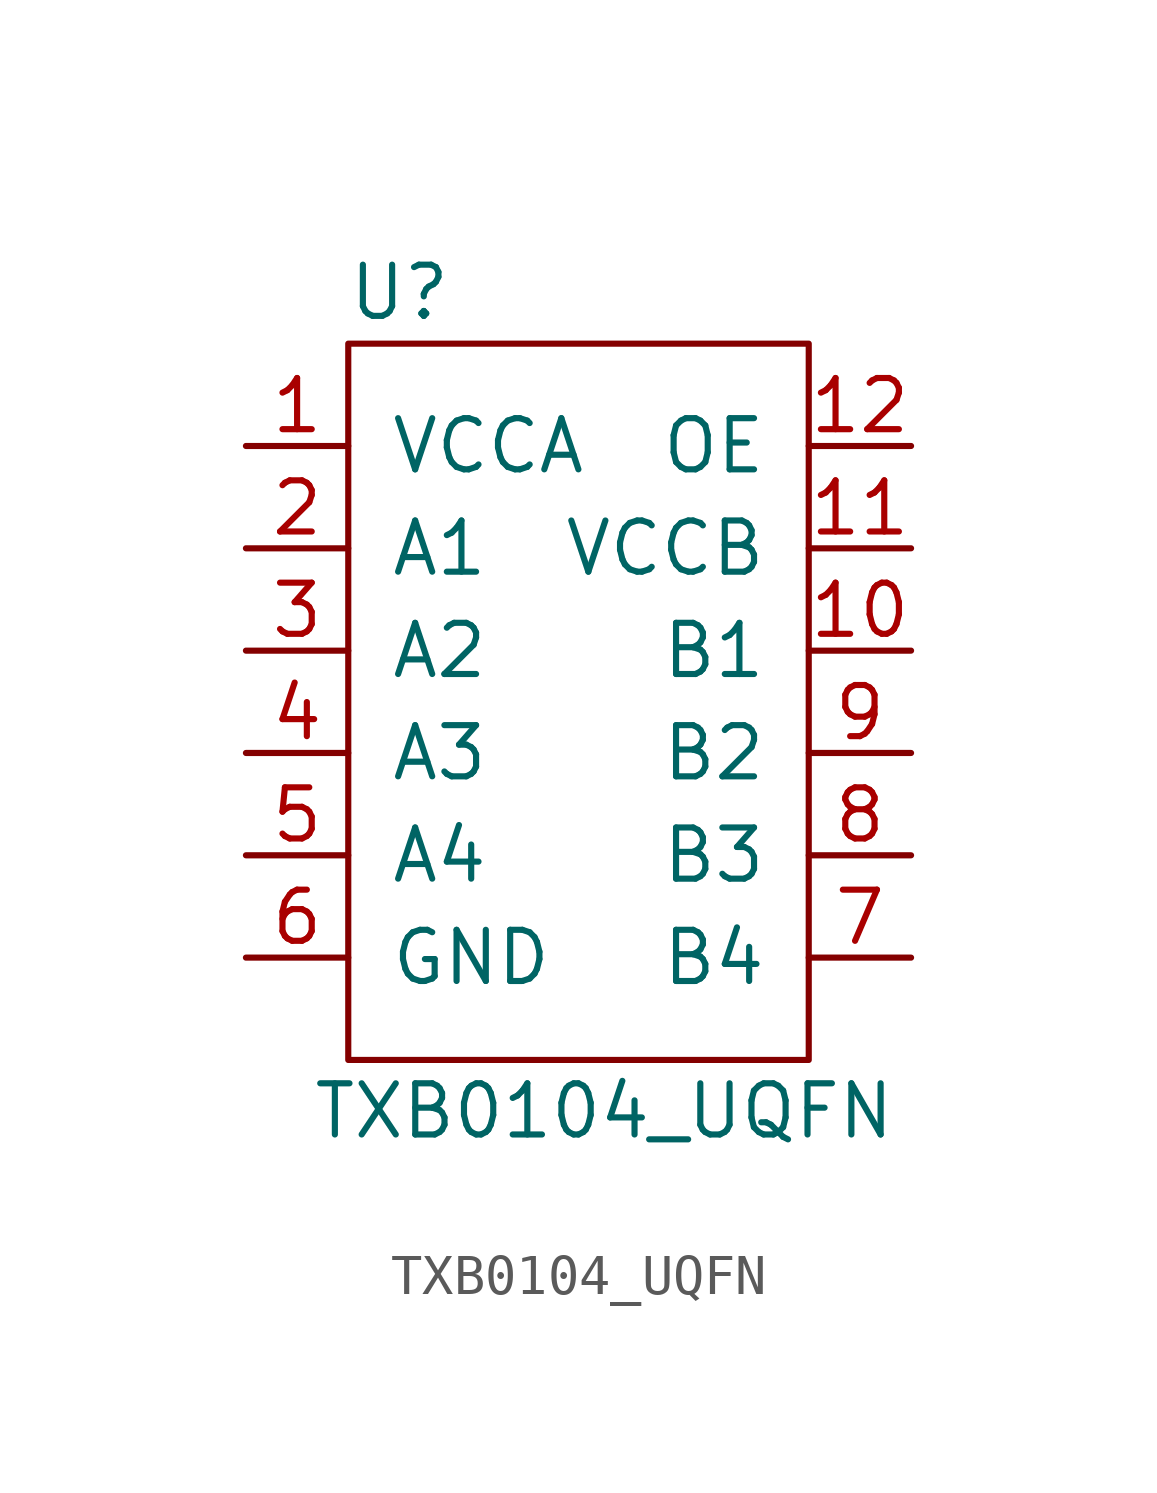
<source format=kicad_sym>
(kicad_symbol_lib
  (version 20211014)
  (generator kicad_symbol_editor)
  (symbol "TXB0104_UQFN"
    (pin_names
      (offset 1.016))
    (property "Reference" "U"
      (at -5.08 15.24 0)
      (effects (font (size 1.27 1.27))))
    (property "Value" "TXB0104_UQFN"
      (at 0 -5.08 0)
      (effects (font (size 1.27 1.27))))
    (symbol "TXB0104_UQFN_0_1"
      (rectangle (start -6.35 13.97) (end 5.08 -3.81) (stroke (width 0) (type default) (color 0 0 0 0)) (fill (type none))))
    (symbol "TXB0104_UQFN_1_1"
      (pin input line (at -8.89 11.43 0) (length 2.54) (name "VCCA" (effects (font (size 1.27 1.27)))) (number "1" (effects (font (size 1.27 1.27)))))
      (pin input line (at 7.62 6.35 180) (length 2.54) (name "B1" (effects (font (size 1.27 1.27)))) (number "10" (effects (font (size 1.27 1.27)))))
      (pin input line (at 7.62 8.89 180) (length 2.54) (name "VCCB" (effects (font (size 1.27 1.27)))) (number "11" (effects (font (size 1.27 1.27)))))
      (pin input line (at 7.62 11.43 180) (length 2.54) (name "OE" (effects (font (size 1.27 1.27)))) (number "12" (effects (font (size 1.27 1.27)))))
      (pin input line (at -8.89 8.89 0) (length 2.54) (name "A1" (effects (font (size 1.27 1.27)))) (number "2" (effects (font (size 1.27 1.27)))))
      (pin input line (at -8.89 6.35 0) (length 2.54) (name "A2" (effects (font (size 1.27 1.27)))) (number "3" (effects (font (size 1.27 1.27)))))
      (pin input line (at -8.89 3.81 0) (length 2.54) (name "A3" (effects (font (size 1.27 1.27)))) (number "4" (effects (font (size 1.27 1.27)))))
      (pin input line (at -8.89 1.27 0) (length 2.54) (name "A4" (effects (font (size 1.27 1.27)))) (number "5" (effects (font (size 1.27 1.27)))))
      (pin input line (at -8.89 -1.27 0) (length 2.54) (name "GND" (effects (font (size 1.27 1.27)))) (number "6" (effects (font (size 1.27 1.27)))))
      (pin input line (at 7.62 -1.27 180) (length 2.54) (name "B4" (effects (font (size 1.27 1.27)))) (number "7" (effects (font (size 1.27 1.27)))))
      (pin input line (at 7.62 1.27 180) (length 2.54) (name "B3" (effects (font (size 1.27 1.27)))) (number "8" (effects (font (size 1.27 1.27)))))
      (pin input line (at 7.62 3.81 180) (length 2.54) (name "B2" (effects (font (size 1.27 1.27)))) (number "9" (effects (font (size 1.27 1.27))))))))
</source>
